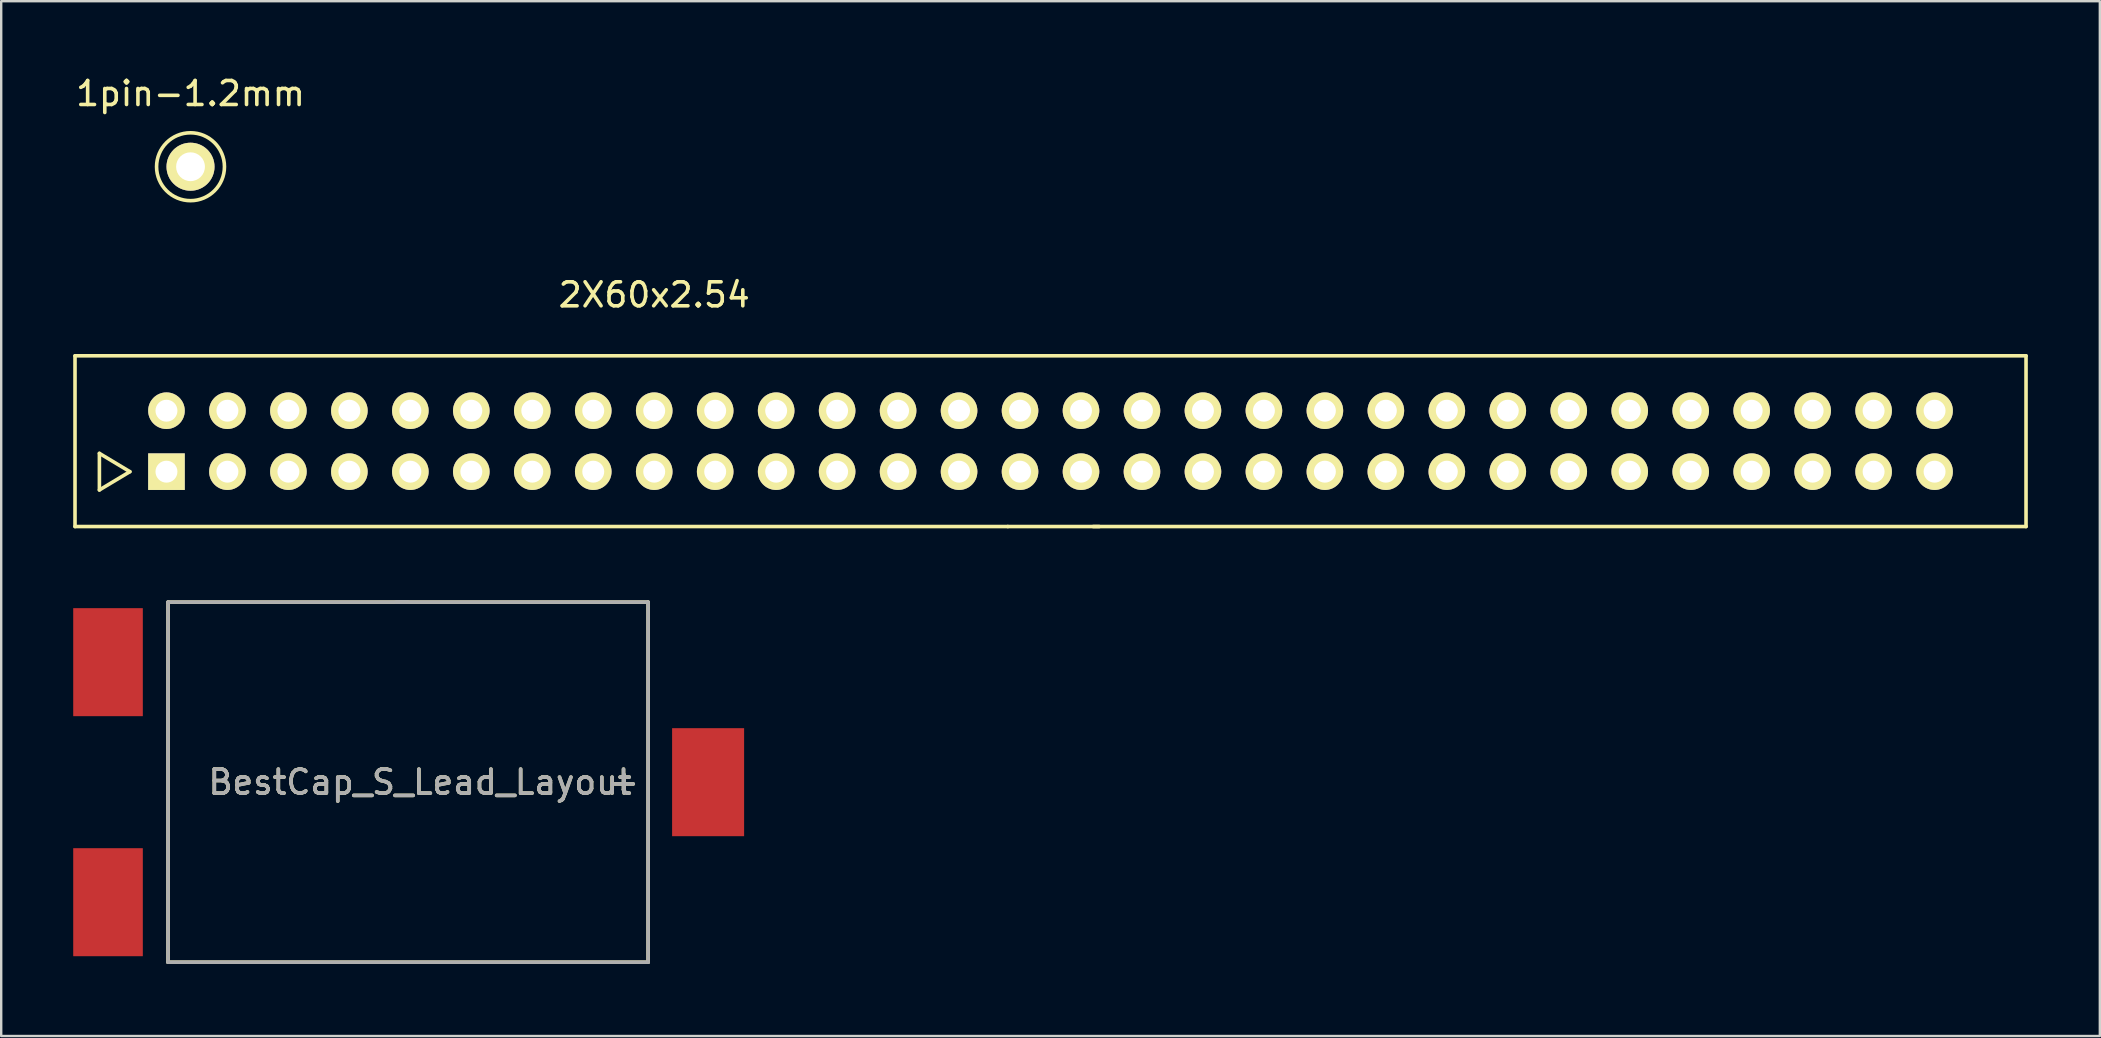
<source format=kicad_pcb>
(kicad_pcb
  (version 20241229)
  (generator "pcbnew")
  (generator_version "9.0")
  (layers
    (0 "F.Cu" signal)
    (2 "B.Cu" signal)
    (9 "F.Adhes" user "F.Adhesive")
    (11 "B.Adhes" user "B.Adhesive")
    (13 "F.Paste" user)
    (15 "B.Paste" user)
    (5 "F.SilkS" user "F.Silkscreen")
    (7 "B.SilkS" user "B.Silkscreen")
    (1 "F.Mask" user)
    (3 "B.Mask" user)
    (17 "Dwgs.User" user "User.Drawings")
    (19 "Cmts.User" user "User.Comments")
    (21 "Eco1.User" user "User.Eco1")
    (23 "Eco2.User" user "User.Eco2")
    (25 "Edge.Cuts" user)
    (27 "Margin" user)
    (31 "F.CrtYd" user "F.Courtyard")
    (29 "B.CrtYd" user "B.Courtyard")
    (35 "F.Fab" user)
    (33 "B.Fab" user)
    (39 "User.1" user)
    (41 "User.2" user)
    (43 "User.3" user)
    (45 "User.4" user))
  (footprint "BestCap_S_Lead_Layout"
    (layer "F.Cu")
    (at 13.95 29.536)
    (property "Reference" "BestCap_S_Lead_Layout" (at 0.5 0 0) (layer "F.SilkS") (effects (font (size 1 1) (thickness 0.15))))
    (attr through_hole)
    (fp_line (start -10 -7.5) (end -10 7.5) (stroke (width 0.15) (type solid)) (layer "F.SilkS"))
    (fp_line (start -10 7.5) (end 10 7.5) (stroke (width 0.15) (type solid)) (layer "F.SilkS"))
    (fp_line (start 10 -7.5) (end -10 -7.5) (stroke (width 0.15) (type solid)) (layer "F.SilkS"))
    (fp_line (start 10 7.5) (end 10 -7.5) (stroke (width 0.15) (type solid)) (layer "F.SilkS"))
    (fp_line (start -10 -7.5) (end -10 7.5) (stroke (width 0.15) (type solid)) (layer "F.Fab"))
    (fp_line (start -10 7.5) (end 10 7.5) (stroke (width 0.15) (type solid)) (layer "F.Fab"))
    (fp_line (start 0 -7.5) (end -10 -7.5) (stroke (width 0.15) (type solid)) (layer "F.Fab"))
    (fp_line (start 10 -7.5) (end -0.5 -7.5) (stroke (width 0.15) (type solid)) (layer "F.Fab"))
    (fp_line (start 10 7.5) (end 10 -7.5) (stroke (width 0.15) (type solid)) (layer "F.Fab"))
    (fp_text user "+" (at 9 0 0) (layer "F.SilkS") (effects (font (size 1 1) (thickness 0.15))))
    (fp_text user "${REFERENCE}" (at 0.5 0 0) (layer "F.Fab") (effects (font (size 1 1) (thickness 0.15))))
    (fp_text user "+" (at 9 0 0) (layer "F.Fab") (effects (font (size 1 1) (thickness 0.15))))
    (pad "1" smd rect (at 12.5 0) (size 3 4.5) (layers "F.Cu" "F.Mask" "F.Paste"))
    (pad "2" smd rect (at -12.5 -5) (size 2.9 4.5) (layers "F.Cu" "F.Mask" "F.Paste"))
    (pad "2" smd rect (at -12.5 5) (size 2.9 4.5) (layers "F.Cu" "F.Mask" "F.Paste")))
  (footprint "1pin-1.2mm"
    (layer "F.Cu")
    (at 4.887 3.896)
    (property "Reference" "1pin-1.2mm" (at 0 -3.048 0) (layer "F.SilkS") (effects (font (size 1 1) (thickness 0.15))))
    (attr through_hole)
    (fp_circle (center 0 0) (end 1 1) (stroke (width 0.15) (type solid)) (fill no) (layer "F.SilkS"))
    (pad "1" thru_hole circle (at 0 0) (size 2 2) (drill 1.2) (layers "*.Cu" "*.Mask" "F.SilkS")))
  (footprint "2X60x2.54"
    (layer "F.Cu")
    (at 40.715 15.584)
    (property "Reference" "2X60x2.54" (at -16.51 -6.35 0) (layer "F.SilkS") (effects (font (size 1 1) (thickness 0.15))))
    (attr through_hole)
    (fp_line (start -40.64 -3.81) (end 40.64 -3.81) (stroke (width 0.15) (type solid)) (layer "F.SilkS"))
    (fp_line (start -40.64 3.302) (end -40.64 -3.81) (stroke (width 0.15) (type solid)) (layer "F.SilkS"))
    (fp_line (start -39.624 0.254) (end -39.624 1.778) (stroke (width 0.15) (type solid)) (layer "F.SilkS"))
    (fp_line (start -39.624 1.778) (end -38.354 1.016) (stroke (width 0.15) (type solid)) (layer "F.SilkS"))
    (fp_line (start -38.354 1.016) (end -39.624 0.254) (stroke (width 0.15) (type solid)) (layer "F.SilkS"))
    (fp_line (start -1.778 3.302) (end -40.64 3.302) (stroke (width 0.15) (type solid)) (layer "F.SilkS"))
    (fp_line (start -1.778 3.302) (end 2.032 3.302) (stroke (width 0.15) (type solid)) (layer "F.SilkS"))
    (fp_line (start 40.64 -3.81) (end 40.64 3.302) (stroke (width 0.15) (type solid)) (layer "F.SilkS"))
    (fp_line (start 40.64 3.302) (end 1.778 3.302) (stroke (width 0.15) (type solid)) (layer "F.SilkS"))
    (pad "1" thru_hole rect (at -36.83 1.016) (size 1.524 1.524) (drill 0.914) (layers "*.Cu" "*.Mask" "F.SilkS"))
    (pad "2" thru_hole circle (at -36.83 -1.524) (size 1.524 1.524) (drill 0.914) (layers "*.Cu" "*.Mask" "F.SilkS"))
    (pad "3" thru_hole circle (at -34.29 1.016) (size 1.524 1.524) (drill 0.914) (layers "*.Cu" "*.Mask" "F.SilkS"))
    (pad "4" thru_hole circle (at -34.29 -1.524) (size 1.524 1.524) (drill 0.914) (layers "*.Cu" "*.Mask" "F.SilkS"))
    (pad "5" thru_hole circle (at -31.75 1.016) (size 1.524 1.524) (drill 0.914) (layers "*.Cu" "*.Mask" "F.SilkS"))
    (pad "6" thru_hole circle (at -31.75 -1.524) (size 1.524 1.524) (drill 0.914) (layers "*.Cu" "*.Mask" "F.SilkS"))
    (pad "7" thru_hole circle (at -29.21 1.016) (size 1.524 1.524) (drill 0.914) (layers "*.Cu" "*.Mask" "F.SilkS"))
    (pad "8" thru_hole circle (at -29.21 -1.524) (size 1.524 1.524) (drill 0.914) (layers "*.Cu" "*.Mask" "F.SilkS"))
    (pad "9" thru_hole circle (at -26.67 1.016) (size 1.524 1.524) (drill 0.914) (layers "*.Cu" "*.Mask" "F.SilkS"))
    (pad "10" thru_hole circle (at -26.67 -1.524) (size 1.524 1.524) (drill 0.914) (layers "*.Cu" "*.Mask" "F.SilkS"))
    (pad "11" thru_hole circle (at -24.13 1.016) (size 1.524 1.524) (drill 0.914) (layers "*.Cu" "*.Mask" "F.SilkS"))
    (pad "12" thru_hole circle (at -24.13 -1.524) (size 1.524 1.524) (drill 0.914) (layers "*.Cu" "*.Mask" "F.SilkS"))
    (pad "13" thru_hole circle (at -21.59 1.016) (size 1.524 1.524) (drill 0.914) (layers "*.Cu" "*.Mask" "F.SilkS"))
    (pad "14" thru_hole circle (at -21.59 -1.524) (size 1.524 1.524) (drill 0.914) (layers "*.Cu" "*.Mask" "F.SilkS"))
    (pad "15" thru_hole circle (at -19.05 1.016) (size 1.524 1.524) (drill 0.914) (layers "*.Cu" "*.Mask" "F.SilkS"))
    (pad "16" thru_hole circle (at -19.05 -1.524) (size 1.524 1.524) (drill 0.914) (layers "*.Cu" "*.Mask" "F.SilkS"))
    (pad "17" thru_hole circle (at -16.51 1.016) (size 1.524 1.524) (drill 0.914) (layers "*.Cu" "*.Mask" "F.SilkS"))
    (pad "18" thru_hole circle (at -16.51 -1.524) (size 1.524 1.524) (drill 0.914) (layers "*.Cu" "*.Mask" "F.SilkS"))
    (pad "19" thru_hole circle (at -13.97 1.016) (size 1.524 1.524) (drill 0.914) (layers "*.Cu" "*.Mask" "F.SilkS"))
    (pad "20" thru_hole circle (at -13.97 -1.524) (size 1.524 1.524) (drill 0.914) (layers "*.Cu" "*.Mask" "F.SilkS"))
    (pad "21" thru_hole circle (at -11.43 1.016) (size 1.524 1.524) (drill 0.914) (layers "*.Cu" "*.Mask" "F.SilkS"))
    (pad "22" thru_hole circle (at -11.43 -1.524) (size 1.524 1.524) (drill 0.914) (layers "*.Cu" "*.Mask" "F.SilkS"))
    (pad "23" thru_hole circle (at -8.89 1.016) (size 1.524 1.524) (drill 0.914) (layers "*.Cu" "*.Mask" "F.SilkS"))
    (pad "24" thru_hole circle (at -8.89 -1.524) (size 1.524 1.524) (drill 0.914) (layers "*.Cu" "*.Mask" "F.SilkS"))
    (pad "25" thru_hole circle (at -6.35 1.016) (size 1.524 1.524) (drill 0.914) (layers "*.Cu" "*.Mask" "F.SilkS"))
    (pad "26" thru_hole circle (at -6.35 -1.524) (size 1.524 1.524) (drill 0.914) (layers "*.Cu" "*.Mask" "F.SilkS"))
    (pad "27" thru_hole circle (at -3.81 1.016) (size 1.524 1.524) (drill 0.914) (layers "*.Cu" "*.Mask" "F.SilkS"))
    (pad "28" thru_hole circle (at -3.81 -1.524) (size 1.524 1.524) (drill 0.914) (layers "*.Cu" "*.Mask" "F.SilkS"))
    (pad "29" thru_hole circle (at -1.27 1.016) (size 1.524 1.524) (drill 0.914) (layers "*.Cu" "*.Mask" "F.SilkS"))
    (pad "30" thru_hole circle (at -1.27 -1.524) (size 1.524 1.524) (drill 0.914) (layers "*.Cu" "*.Mask" "F.SilkS"))
    (pad "31" thru_hole circle (at 1.27 1.016) (size 1.524 1.524) (drill 0.914) (layers "*.Cu" "*.Mask" "F.SilkS"))
    (pad "32" thru_hole circle (at 1.27 -1.524) (size 1.524 1.524) (drill 0.914) (layers "*.Cu" "*.Mask" "F.SilkS"))
    (pad "33" thru_hole circle (at 3.81 1.016) (size 1.524 1.524) (drill 0.914) (layers "*.Cu" "*.Mask" "F.SilkS"))
    (pad "34" thru_hole circle (at 3.81 -1.524) (size 1.524 1.524) (drill 0.914) (layers "*.Cu" "*.Mask" "F.SilkS"))
    (pad "35" thru_hole circle (at 6.35 1.016) (size 1.524 1.524) (drill 0.914) (layers "*.Cu" "*.Mask" "F.SilkS"))
    (pad "36" thru_hole circle (at 6.35 -1.524) (size 1.524 1.524) (drill 0.914) (layers "*.Cu" "*.Mask" "F.SilkS"))
    (pad "37" thru_hole circle (at 8.89 1.016) (size 1.524 1.524) (drill 0.914) (layers "*.Cu" "*.Mask" "F.SilkS"))
    (pad "38" thru_hole circle (at 8.89 -1.524) (size 1.524 1.524) (drill 0.914) (layers "*.Cu" "*.Mask" "F.SilkS"))
    (pad "39" thru_hole circle (at 11.43 1.016) (size 1.524 1.524) (drill 0.914) (layers "*.Cu" "*.Mask" "F.SilkS"))
    (pad "40" thru_hole circle (at 11.43 -1.524) (size 1.524 1.524) (drill 0.914) (layers "*.Cu" "*.Mask" "F.SilkS"))
    (pad "41" thru_hole circle (at 13.97 1.016) (size 1.524 1.524) (drill 0.914) (layers "*.Cu" "*.Mask" "F.SilkS"))
    (pad "42" thru_hole circle (at 13.97 -1.524) (size 1.524 1.524) (drill 0.914) (layers "*.Cu" "*.Mask" "F.SilkS"))
    (pad "43" thru_hole circle (at 16.51 1.016) (size 1.524 1.524) (drill 0.914) (layers "*.Cu" "*.Mask" "F.SilkS"))
    (pad "44" thru_hole circle (at 16.51 -1.524) (size 1.524 1.524) (drill 0.914) (layers "*.Cu" "*.Mask" "F.SilkS"))
    (pad "45" thru_hole circle (at 19.05 1.016) (size 1.524 1.524) (drill 0.914) (layers "*.Cu" "*.Mask" "F.SilkS"))
    (pad "46" thru_hole circle (at 19.05 -1.524) (size 1.524 1.524) (drill 0.914) (layers "*.Cu" "*.Mask" "F.SilkS"))
    (pad "47" thru_hole circle (at 21.59 1.016) (size 1.524 1.524) (drill 0.914) (layers "*.Cu" "*.Mask" "F.SilkS"))
    (pad "48" thru_hole circle (at 21.59 -1.524) (size 1.524 1.524) (drill 0.914) (layers "*.Cu" "*.Mask" "F.SilkS"))
    (pad "49" thru_hole circle (at 24.13 1.016) (size 1.524 1.524) (drill 0.914) (layers "*.Cu" "*.Mask" "F.SilkS"))
    (pad "50" thru_hole circle (at 24.13 -1.524) (size 1.524 1.524) (drill 0.914) (layers "*.Cu" "*.Mask" "F.SilkS"))
    (pad "51" thru_hole circle (at 26.67 1.016) (size 1.524 1.524) (drill 0.914) (layers "*.Cu" "*.Mask" "F.SilkS"))
    (pad "52" thru_hole circle (at 26.67 -1.524) (size 1.524 1.524) (drill 0.914) (layers "*.Cu" "*.Mask" "F.SilkS"))
    (pad "53" thru_hole circle (at 29.21 1.016) (size 1.524 1.524) (drill 0.914) (layers "*.Cu" "*.Mask" "F.SilkS"))
    (pad "54" thru_hole circle (at 29.21 -1.524) (size 1.524 1.524) (drill 0.914) (layers "*.Cu" "*.Mask" "F.SilkS"))
    (pad "55" thru_hole circle (at 31.75 1.016) (size 1.524 1.524) (drill 0.914) (layers "*.Cu" "*.Mask" "F.SilkS"))
    (pad "56" thru_hole circle (at 31.75 -1.524) (size 1.524 1.524) (drill 0.914) (layers "*.Cu" "*.Mask" "F.SilkS"))
    (pad "57" thru_hole circle (at 34.29 1.016) (size 1.524 1.524) (drill 0.914) (layers "*.Cu" "*.Mask" "F.SilkS"))
    (pad "58" thru_hole circle (at 34.29 -1.524) (size 1.524 1.524) (drill 0.914) (layers "*.Cu" "*.Mask" "F.SilkS"))
    (pad "59" thru_hole circle (at 36.83 1.016) (size 1.524 1.524) (drill 0.914) (layers "*.Cu" "*.Mask" "F.SilkS"))
    (pad "60" thru_hole circle (at 36.83 -1.524) (size 1.524 1.524) (drill 0.914) (layers "*.Cu" "*.Mask" "F.SilkS")))
  (gr_rect
    (start -3 -3)
    (end 84.43 40.111)
    (stroke (width 0.1) (type default))
    (fill no)
    (layer "Edge.Cuts")))
</source>
